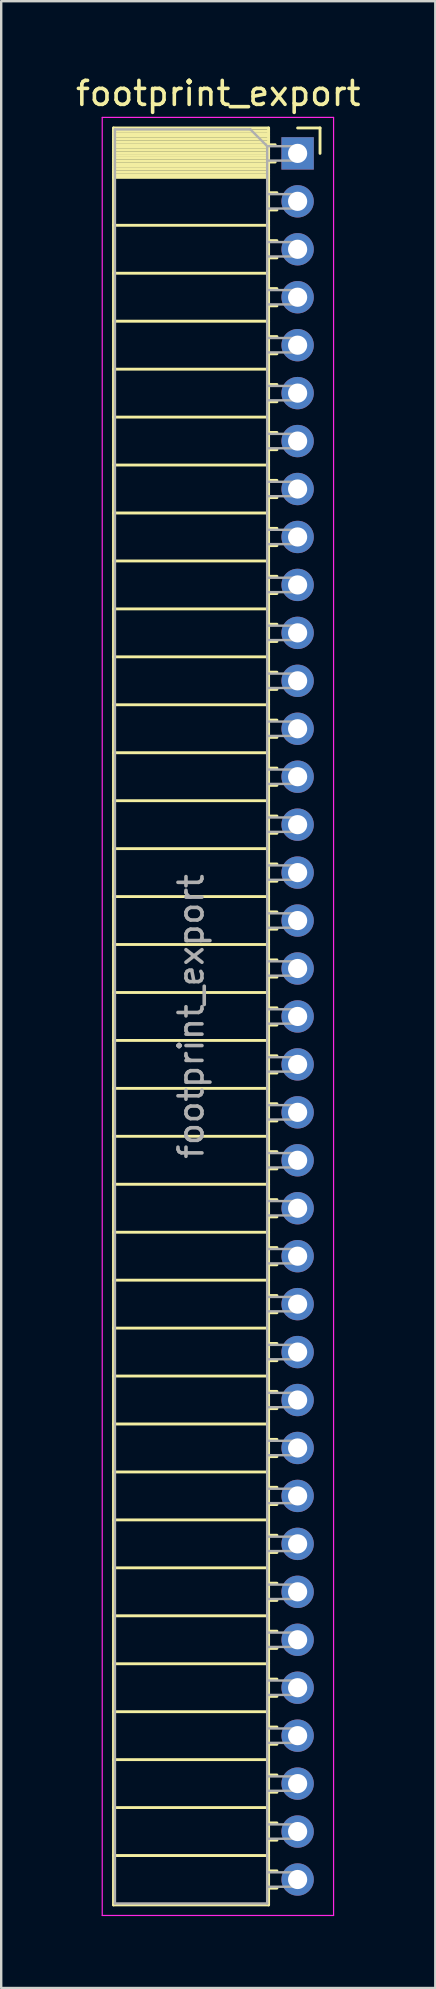
<source format=kicad_pcb>
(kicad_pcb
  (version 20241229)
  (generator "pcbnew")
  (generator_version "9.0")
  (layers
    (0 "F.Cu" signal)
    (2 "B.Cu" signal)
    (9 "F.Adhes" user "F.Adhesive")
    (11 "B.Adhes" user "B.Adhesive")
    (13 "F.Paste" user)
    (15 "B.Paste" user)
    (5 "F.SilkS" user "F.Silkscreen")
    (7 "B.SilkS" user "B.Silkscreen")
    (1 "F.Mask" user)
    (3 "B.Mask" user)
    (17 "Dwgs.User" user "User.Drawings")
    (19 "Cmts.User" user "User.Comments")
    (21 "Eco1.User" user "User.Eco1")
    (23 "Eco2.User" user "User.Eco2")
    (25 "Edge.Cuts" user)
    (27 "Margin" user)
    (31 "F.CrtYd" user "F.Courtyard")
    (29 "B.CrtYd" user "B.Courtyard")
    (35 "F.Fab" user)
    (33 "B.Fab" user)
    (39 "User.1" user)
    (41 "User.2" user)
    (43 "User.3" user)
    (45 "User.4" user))
  (footprint "footprint_export"
    (layer "F.Cu")
    (at 9.364 3.348)
    (property "Reference" "footprint_export" (at -3.31 -2.5 0) (layer "F.SilkS") (effects (font (size 1 1) (thickness 0.15))))
    (attr through_hole)
    (fp_line (start -7.68 -1.06) (end -7.68 73.06) (stroke (width 0.12) (type solid)) (layer "F.SilkS"))
    (fp_line (start -7.68 -1.06) (end -1.21 -1.06) (stroke (width 0.12) (type solid)) (layer "F.SilkS"))
    (fp_line (start -7.68 -0.94) (end -1.21 -0.94) (stroke (width 0.12) (type solid)) (layer "F.SilkS"))
    (fp_line (start -7.68 -0.826) (end -1.21 -0.826) (stroke (width 0.12) (type solid)) (layer "F.SilkS"))
    (fp_line (start -7.68 -0.712) (end -1.21 -0.712) (stroke (width 0.12) (type solid)) (layer "F.SilkS"))
    (fp_line (start -7.68 -0.598) (end -1.21 -0.598) (stroke (width 0.12) (type solid)) (layer "F.SilkS"))
    (fp_line (start -7.68 -0.484) (end -1.21 -0.484) (stroke (width 0.12) (type solid)) (layer "F.SilkS"))
    (fp_line (start -7.68 -0.369) (end -1.21 -0.369) (stroke (width 0.12) (type solid)) (layer "F.SilkS"))
    (fp_line (start -7.68 -0.255) (end -1.21 -0.255) (stroke (width 0.12) (type solid)) (layer "F.SilkS"))
    (fp_line (start -7.68 -0.141) (end -1.21 -0.141) (stroke (width 0.12) (type solid)) (layer "F.SilkS"))
    (fp_line (start -7.68 -0.027) (end -1.21 -0.027) (stroke (width 0.12) (type solid)) (layer "F.SilkS"))
    (fp_line (start -7.68 0.087) (end -1.21 0.087) (stroke (width 0.12) (type solid)) (layer "F.SilkS"))
    (fp_line (start -7.68 0.201) (end -1.21 0.201) (stroke (width 0.12) (type solid)) (layer "F.SilkS"))
    (fp_line (start -7.68 0.315) (end -1.21 0.315) (stroke (width 0.12) (type solid)) (layer "F.SilkS"))
    (fp_line (start -7.68 0.429) (end -1.21 0.429) (stroke (width 0.12) (type solid)) (layer "F.SilkS"))
    (fp_line (start -7.68 0.544) (end -1.21 0.544) (stroke (width 0.12) (type solid)) (layer "F.SilkS"))
    (fp_line (start -7.68 0.658) (end -1.21 0.658) (stroke (width 0.12) (type solid)) (layer "F.SilkS"))
    (fp_line (start -7.68 0.772) (end -1.21 0.772) (stroke (width 0.12) (type solid)) (layer "F.SilkS"))
    (fp_line (start -7.68 0.886) (end -1.21 0.886) (stroke (width 0.12) (type solid)) (layer "F.SilkS"))
    (fp_line (start -7.68 1) (end -1.21 1) (stroke (width 0.12) (type solid)) (layer "F.SilkS"))
    (fp_line (start -7.68 3) (end -1.21 3) (stroke (width 0.12) (type solid)) (layer "F.SilkS"))
    (fp_line (start -7.68 5) (end -1.21 5) (stroke (width 0.12) (type solid)) (layer "F.SilkS"))
    (fp_line (start -7.68 7) (end -1.21 7) (stroke (width 0.12) (type solid)) (layer "F.SilkS"))
    (fp_line (start -7.68 9) (end -1.21 9) (stroke (width 0.12) (type solid)) (layer "F.SilkS"))
    (fp_line (start -7.68 11) (end -1.21 11) (stroke (width 0.12) (type solid)) (layer "F.SilkS"))
    (fp_line (start -7.68 13) (end -1.21 13) (stroke (width 0.12) (type solid)) (layer "F.SilkS"))
    (fp_line (start -7.68 15) (end -1.21 15) (stroke (width 0.12) (type solid)) (layer "F.SilkS"))
    (fp_line (start -7.68 17) (end -1.21 17) (stroke (width 0.12) (type solid)) (layer "F.SilkS"))
    (fp_line (start -7.68 19) (end -1.21 19) (stroke (width 0.12) (type solid)) (layer "F.SilkS"))
    (fp_line (start -7.68 21) (end -1.21 21) (stroke (width 0.12) (type solid)) (layer "F.SilkS"))
    (fp_line (start -7.68 23) (end -1.21 23) (stroke (width 0.12) (type solid)) (layer "F.SilkS"))
    (fp_line (start -7.68 25) (end -1.21 25) (stroke (width 0.12) (type solid)) (layer "F.SilkS"))
    (fp_line (start -7.68 27) (end -1.21 27) (stroke (width 0.12) (type solid)) (layer "F.SilkS"))
    (fp_line (start -7.68 29) (end -1.21 29) (stroke (width 0.12) (type solid)) (layer "F.SilkS"))
    (fp_line (start -7.68 31) (end -1.21 31) (stroke (width 0.12) (type solid)) (layer "F.SilkS"))
    (fp_line (start -7.68 33) (end -1.21 33) (stroke (width 0.12) (type solid)) (layer "F.SilkS"))
    (fp_line (start -7.68 35) (end -1.21 35) (stroke (width 0.12) (type solid)) (layer "F.SilkS"))
    (fp_line (start -7.68 37) (end -1.21 37) (stroke (width 0.12) (type solid)) (layer "F.SilkS"))
    (fp_line (start -7.68 39) (end -1.21 39) (stroke (width 0.12) (type solid)) (layer "F.SilkS"))
    (fp_line (start -7.68 41) (end -1.21 41) (stroke (width 0.12) (type solid)) (layer "F.SilkS"))
    (fp_line (start -7.68 43) (end -1.21 43) (stroke (width 0.12) (type solid)) (layer "F.SilkS"))
    (fp_line (start -7.68 45) (end -1.21 45) (stroke (width 0.12) (type solid)) (layer "F.SilkS"))
    (fp_line (start -7.68 47) (end -1.21 47) (stroke (width 0.12) (type solid)) (layer "F.SilkS"))
    (fp_line (start -7.68 49) (end -1.21 49) (stroke (width 0.12) (type solid)) (layer "F.SilkS"))
    (fp_line (start -7.68 51) (end -1.21 51) (stroke (width 0.12) (type solid)) (layer "F.SilkS"))
    (fp_line (start -7.68 53) (end -1.21 53) (stroke (width 0.12) (type solid)) (layer "F.SilkS"))
    (fp_line (start -7.68 55) (end -1.21 55) (stroke (width 0.12) (type solid)) (layer "F.SilkS"))
    (fp_line (start -7.68 57) (end -1.21 57) (stroke (width 0.12) (type solid)) (layer "F.SilkS"))
    (fp_line (start -7.68 59) (end -1.21 59) (stroke (width 0.12) (type solid)) (layer "F.SilkS"))
    (fp_line (start -7.68 61) (end -1.21 61) (stroke (width 0.12) (type solid)) (layer "F.SilkS"))
    (fp_line (start -7.68 63) (end -1.21 63) (stroke (width 0.12) (type solid)) (layer "F.SilkS"))
    (fp_line (start -7.68 65) (end -1.21 65) (stroke (width 0.12) (type solid)) (layer "F.SilkS"))
    (fp_line (start -7.68 67) (end -1.21 67) (stroke (width 0.12) (type solid)) (layer "F.SilkS"))
    (fp_line (start -7.68 69) (end -1.21 69) (stroke (width 0.12) (type solid)) (layer "F.SilkS"))
    (fp_line (start -7.68 71) (end -1.21 71) (stroke (width 0.12) (type solid)) (layer "F.SilkS"))
    (fp_line (start -7.68 73.06) (end -1.21 73.06) (stroke (width 0.12) (type solid)) (layer "F.SilkS"))
    (fp_line (start -1.21 -1.06) (end -1.21 73.06) (stroke (width 0.12) (type solid)) (layer "F.SilkS"))
    (fp_line (start -1.21 -0.36) (end -0.935 -0.36) (stroke (width 0.12) (type solid)) (layer "F.SilkS"))
    (fp_line (start -1.21 0.36) (end -0.935 0.36) (stroke (width 0.12) (type solid)) (layer "F.SilkS"))
    (fp_line (start -1.21 1.64) (end -0.863 1.64) (stroke (width 0.12) (type solid)) (layer "F.SilkS"))
    (fp_line (start -1.21 2.36) (end -0.863 2.36) (stroke (width 0.12) (type solid)) (layer "F.SilkS"))
    (fp_line (start -1.21 3.64) (end -0.863 3.64) (stroke (width 0.12) (type solid)) (layer "F.SilkS"))
    (fp_line (start -1.21 4.36) (end -0.863 4.36) (stroke (width 0.12) (type solid)) (layer "F.SilkS"))
    (fp_line (start -1.21 5.64) (end -0.863 5.64) (stroke (width 0.12) (type solid)) (layer "F.SilkS"))
    (fp_line (start -1.21 6.36) (end -0.863 6.36) (stroke (width 0.12) (type solid)) (layer "F.SilkS"))
    (fp_line (start -1.21 7.64) (end -0.863 7.64) (stroke (width 0.12) (type solid)) (layer "F.SilkS"))
    (fp_line (start -1.21 8.36) (end -0.863 8.36) (stroke (width 0.12) (type solid)) (layer "F.SilkS"))
    (fp_line (start -1.21 9.64) (end -0.863 9.64) (stroke (width 0.12) (type solid)) (layer "F.SilkS"))
    (fp_line (start -1.21 10.36) (end -0.863 10.36) (stroke (width 0.12) (type solid)) (layer "F.SilkS"))
    (fp_line (start -1.21 11.64) (end -0.863 11.64) (stroke (width 0.12) (type solid)) (layer "F.SilkS"))
    (fp_line (start -1.21 12.36) (end -0.863 12.36) (stroke (width 0.12) (type solid)) (layer "F.SilkS"))
    (fp_line (start -1.21 13.64) (end -0.863 13.64) (stroke (width 0.12) (type solid)) (layer "F.SilkS"))
    (fp_line (start -1.21 14.36) (end -0.863 14.36) (stroke (width 0.12) (type solid)) (layer "F.SilkS"))
    (fp_line (start -1.21 15.64) (end -0.863 15.64) (stroke (width 0.12) (type solid)) (layer "F.SilkS"))
    (fp_line (start -1.21 16.36) (end -0.863 16.36) (stroke (width 0.12) (type solid)) (layer "F.SilkS"))
    (fp_line (start -1.21 17.64) (end -0.863 17.64) (stroke (width 0.12) (type solid)) (layer "F.SilkS"))
    (fp_line (start -1.21 18.36) (end -0.863 18.36) (stroke (width 0.12) (type solid)) (layer "F.SilkS"))
    (fp_line (start -1.21 19.64) (end -0.863 19.64) (stroke (width 0.12) (type solid)) (layer "F.SilkS"))
    (fp_line (start -1.21 20.36) (end -0.863 20.36) (stroke (width 0.12) (type solid)) (layer "F.SilkS"))
    (fp_line (start -1.21 21.64) (end -0.863 21.64) (stroke (width 0.12) (type solid)) (layer "F.SilkS"))
    (fp_line (start -1.21 22.36) (end -0.863 22.36) (stroke (width 0.12) (type solid)) (layer "F.SilkS"))
    (fp_line (start -1.21 23.64) (end -0.863 23.64) (stroke (width 0.12) (type solid)) (layer "F.SilkS"))
    (fp_line (start -1.21 24.36) (end -0.863 24.36) (stroke (width 0.12) (type solid)) (layer "F.SilkS"))
    (fp_line (start -1.21 25.64) (end -0.863 25.64) (stroke (width 0.12) (type solid)) (layer "F.SilkS"))
    (fp_line (start -1.21 26.36) (end -0.863 26.36) (stroke (width 0.12) (type solid)) (layer "F.SilkS"))
    (fp_line (start -1.21 27.64) (end -0.863 27.64) (stroke (width 0.12) (type solid)) (layer "F.SilkS"))
    (fp_line (start -1.21 28.36) (end -0.863 28.36) (stroke (width 0.12) (type solid)) (layer "F.SilkS"))
    (fp_line (start -1.21 29.64) (end -0.863 29.64) (stroke (width 0.12) (type solid)) (layer "F.SilkS"))
    (fp_line (start -1.21 30.36) (end -0.863 30.36) (stroke (width 0.12) (type solid)) (layer "F.SilkS"))
    (fp_line (start -1.21 31.64) (end -0.863 31.64) (stroke (width 0.12) (type solid)) (layer "F.SilkS"))
    (fp_line (start -1.21 32.36) (end -0.863 32.36) (stroke (width 0.12) (type solid)) (layer "F.SilkS"))
    (fp_line (start -1.21 33.64) (end -0.863 33.64) (stroke (width 0.12) (type solid)) (layer "F.SilkS"))
    (fp_line (start -1.21 34.36) (end -0.863 34.36) (stroke (width 0.12) (type solid)) (layer "F.SilkS"))
    (fp_line (start -1.21 35.64) (end -0.863 35.64) (stroke (width 0.12) (type solid)) (layer "F.SilkS"))
    (fp_line (start -1.21 36.36) (end -0.863 36.36) (stroke (width 0.12) (type solid)) (layer "F.SilkS"))
    (fp_line (start -1.21 37.64) (end -0.863 37.64) (stroke (width 0.12) (type solid)) (layer "F.SilkS"))
    (fp_line (start -1.21 38.36) (end -0.863 38.36) (stroke (width 0.12) (type solid)) (layer "F.SilkS"))
    (fp_line (start -1.21 39.64) (end -0.863 39.64) (stroke (width 0.12) (type solid)) (layer "F.SilkS"))
    (fp_line (start -1.21 40.36) (end -0.863 40.36) (stroke (width 0.12) (type solid)) (layer "F.SilkS"))
    (fp_line (start -1.21 41.64) (end -0.863 41.64) (stroke (width 0.12) (type solid)) (layer "F.SilkS"))
    (fp_line (start -1.21 42.36) (end -0.863 42.36) (stroke (width 0.12) (type solid)) (layer "F.SilkS"))
    (fp_line (start -1.21 43.64) (end -0.863 43.64) (stroke (width 0.12) (type solid)) (layer "F.SilkS"))
    (fp_line (start -1.21 44.36) (end -0.863 44.36) (stroke (width 0.12) (type solid)) (layer "F.SilkS"))
    (fp_line (start -1.21 45.64) (end -0.863 45.64) (stroke (width 0.12) (type solid)) (layer "F.SilkS"))
    (fp_line (start -1.21 46.36) (end -0.863 46.36) (stroke (width 0.12) (type solid)) (layer "F.SilkS"))
    (fp_line (start -1.21 47.64) (end -0.863 47.64) (stroke (width 0.12) (type solid)) (layer "F.SilkS"))
    (fp_line (start -1.21 48.36) (end -0.863 48.36) (stroke (width 0.12) (type solid)) (layer "F.SilkS"))
    (fp_line (start -1.21 49.64) (end -0.863 49.64) (stroke (width 0.12) (type solid)) (layer "F.SilkS"))
    (fp_line (start -1.21 50.36) (end -0.863 50.36) (stroke (width 0.12) (type solid)) (layer "F.SilkS"))
    (fp_line (start -1.21 51.64) (end -0.863 51.64) (stroke (width 0.12) (type solid)) (layer "F.SilkS"))
    (fp_line (start -1.21 52.36) (end -0.863 52.36) (stroke (width 0.12) (type solid)) (layer "F.SilkS"))
    (fp_line (start -1.21 53.64) (end -0.863 53.64) (stroke (width 0.12) (type solid)) (layer "F.SilkS"))
    (fp_line (start -1.21 54.36) (end -0.863 54.36) (stroke (width 0.12) (type solid)) (layer "F.SilkS"))
    (fp_line (start -1.21 55.64) (end -0.863 55.64) (stroke (width 0.12) (type solid)) (layer "F.SilkS"))
    (fp_line (start -1.21 56.36) (end -0.863 56.36) (stroke (width 0.12) (type solid)) (layer "F.SilkS"))
    (fp_line (start -1.21 57.64) (end -0.863 57.64) (stroke (width 0.12) (type solid)) (layer "F.SilkS"))
    (fp_line (start -1.21 58.36) (end -0.863 58.36) (stroke (width 0.12) (type solid)) (layer "F.SilkS"))
    (fp_line (start -1.21 59.64) (end -0.863 59.64) (stroke (width 0.12) (type solid)) (layer "F.SilkS"))
    (fp_line (start -1.21 60.36) (end -0.863 60.36) (stroke (width 0.12) (type solid)) (layer "F.SilkS"))
    (fp_line (start -1.21 61.64) (end -0.863 61.64) (stroke (width 0.12) (type solid)) (layer "F.SilkS"))
    (fp_line (start -1.21 62.36) (end -0.863 62.36) (stroke (width 0.12) (type solid)) (layer "F.SilkS"))
    (fp_line (start -1.21 63.64) (end -0.863 63.64) (stroke (width 0.12) (type solid)) (layer "F.SilkS"))
    (fp_line (start -1.21 64.36) (end -0.863 64.36) (stroke (width 0.12) (type solid)) (layer "F.SilkS"))
    (fp_line (start -1.21 65.64) (end -0.863 65.64) (stroke (width 0.12) (type solid)) (layer "F.SilkS"))
    (fp_line (start -1.21 66.36) (end -0.863 66.36) (stroke (width 0.12) (type solid)) (layer "F.SilkS"))
    (fp_line (start -1.21 67.64) (end -0.863 67.64) (stroke (width 0.12) (type solid)) (layer "F.SilkS"))
    (fp_line (start -1.21 68.36) (end -0.863 68.36) (stroke (width 0.12) (type solid)) (layer "F.SilkS"))
    (fp_line (start -1.21 69.64) (end -0.863 69.64) (stroke (width 0.12) (type solid)) (layer "F.SilkS"))
    (fp_line (start -1.21 70.36) (end -0.863 70.36) (stroke (width 0.12) (type solid)) (layer "F.SilkS"))
    (fp_line (start -1.21 71.64) (end -0.863 71.64) (stroke (width 0.12) (type solid)) (layer "F.SilkS"))
    (fp_line (start -1.21 72.36) (end -0.863 72.36) (stroke (width 0.12) (type solid)) (layer "F.SilkS"))
    (fp_line (start 0 -1.06) (end 0.935 -1.06) (stroke (width 0.12) (type solid)) (layer "F.SilkS"))
    (fp_line (start 0.935 -1.06) (end 0.935 0) (stroke (width 0.12) (type solid)) (layer "F.SilkS"))
    (fp_line (start -8.15 -1.5) (end -8.15 73.5) (stroke (width 0.05) (type solid)) (layer "F.CrtYd"))
    (fp_line (start -8.15 73.5) (end 1.5 73.5) (stroke (width 0.05) (type solid)) (layer "F.CrtYd"))
    (fp_line (start 1.5 -1.5) (end -8.15 -1.5) (stroke (width 0.05) (type solid)) (layer "F.CrtYd"))
    (fp_line (start 1.5 73.5) (end 1.5 -1.5) (stroke (width 0.05) (type solid)) (layer "F.CrtYd"))
    (fp_line (start -7.62 -1) (end -1.97 -1) (stroke (width 0.1) (type solid)) (layer "F.Fab"))
    (fp_line (start -7.62 73) (end -7.62 -1) (stroke (width 0.1) (type solid)) (layer "F.Fab"))
    (fp_line (start -1.97 -1) (end -1.27 -0.3) (stroke (width 0.1) (type solid)) (layer "F.Fab"))
    (fp_line (start -1.27 -0.3) (end -1.27 73) (stroke (width 0.1) (type solid)) (layer "F.Fab"))
    (fp_line (start -1.27 0.3) (end 0 0.3) (stroke (width 0.1) (type solid)) (layer "F.Fab"))
    (fp_line (start -1.27 2.3) (end 0 2.3) (stroke (width 0.1) (type solid)) (layer "F.Fab"))
    (fp_line (start -1.27 4.3) (end 0 4.3) (stroke (width 0.1) (type solid)) (layer "F.Fab"))
    (fp_line (start -1.27 6.3) (end 0 6.3) (stroke (width 0.1) (type solid)) (layer "F.Fab"))
    (fp_line (start -1.27 8.3) (end 0 8.3) (stroke (width 0.1) (type solid)) (layer "F.Fab"))
    (fp_line (start -1.27 10.3) (end 0 10.3) (stroke (width 0.1) (type solid)) (layer "F.Fab"))
    (fp_line (start -1.27 12.3) (end 0 12.3) (stroke (width 0.1) (type solid)) (layer "F.Fab"))
    (fp_line (start -1.27 14.3) (end 0 14.3) (stroke (width 0.1) (type solid)) (layer "F.Fab"))
    (fp_line (start -1.27 16.3) (end 0 16.3) (stroke (width 0.1) (type solid)) (layer "F.Fab"))
    (fp_line (start -1.27 18.3) (end 0 18.3) (stroke (width 0.1) (type solid)) (layer "F.Fab"))
    (fp_line (start -1.27 20.3) (end 0 20.3) (stroke (width 0.1) (type solid)) (layer "F.Fab"))
    (fp_line (start -1.27 22.3) (end 0 22.3) (stroke (width 0.1) (type solid)) (layer "F.Fab"))
    (fp_line (start -1.27 24.3) (end 0 24.3) (stroke (width 0.1) (type solid)) (layer "F.Fab"))
    (fp_line (start -1.27 26.3) (end 0 26.3) (stroke (width 0.1) (type solid)) (layer "F.Fab"))
    (fp_line (start -1.27 28.3) (end 0 28.3) (stroke (width 0.1) (type solid)) (layer "F.Fab"))
    (fp_line (start -1.27 30.3) (end 0 30.3) (stroke (width 0.1) (type solid)) (layer "F.Fab"))
    (fp_line (start -1.27 32.3) (end 0 32.3) (stroke (width 0.1) (type solid)) (layer "F.Fab"))
    (fp_line (start -1.27 34.3) (end 0 34.3) (stroke (width 0.1) (type solid)) (layer "F.Fab"))
    (fp_line (start -1.27 36.3) (end 0 36.3) (stroke (width 0.1) (type solid)) (layer "F.Fab"))
    (fp_line (start -1.27 38.3) (end 0 38.3) (stroke (width 0.1) (type solid)) (layer "F.Fab"))
    (fp_line (start -1.27 40.3) (end 0 40.3) (stroke (width 0.1) (type solid)) (layer "F.Fab"))
    (fp_line (start -1.27 42.3) (end 0 42.3) (stroke (width 0.1) (type solid)) (layer "F.Fab"))
    (fp_line (start -1.27 44.3) (end 0 44.3) (stroke (width 0.1) (type solid)) (layer "F.Fab"))
    (fp_line (start -1.27 46.3) (end 0 46.3) (stroke (width 0.1) (type solid)) (layer "F.Fab"))
    (fp_line (start -1.27 48.3) (end 0 48.3) (stroke (width 0.1) (type solid)) (layer "F.Fab"))
    (fp_line (start -1.27 50.3) (end 0 50.3) (stroke (width 0.1) (type solid)) (layer "F.Fab"))
    (fp_line (start -1.27 52.3) (end 0 52.3) (stroke (width 0.1) (type solid)) (layer "F.Fab"))
    (fp_line (start -1.27 54.3) (end 0 54.3) (stroke (width 0.1) (type solid)) (layer "F.Fab"))
    (fp_line (start -1.27 56.3) (end 0 56.3) (stroke (width 0.1) (type solid)) (layer "F.Fab"))
    (fp_line (start -1.27 58.3) (end 0 58.3) (stroke (width 0.1) (type solid)) (layer "F.Fab"))
    (fp_line (start -1.27 60.3) (end 0 60.3) (stroke (width 0.1) (type solid)) (layer "F.Fab"))
    (fp_line (start -1.27 62.3) (end 0 62.3) (stroke (width 0.1) (type solid)) (layer "F.Fab"))
    (fp_line (start -1.27 64.3) (end 0 64.3) (stroke (width 0.1) (type solid)) (layer "F.Fab"))
    (fp_line (start -1.27 66.3) (end 0 66.3) (stroke (width 0.1) (type solid)) (layer "F.Fab"))
    (fp_line (start -1.27 68.3) (end 0 68.3) (stroke (width 0.1) (type solid)) (layer "F.Fab"))
    (fp_line (start -1.27 70.3) (end 0 70.3) (stroke (width 0.1) (type solid)) (layer "F.Fab"))
    (fp_line (start -1.27 72.3) (end 0 72.3) (stroke (width 0.1) (type solid)) (layer "F.Fab"))
    (fp_line (start -1.27 73) (end -7.62 73) (stroke (width 0.1) (type solid)) (layer "F.Fab"))
    (fp_line (start 0 -0.3) (end -1.27 -0.3) (stroke (width 0.1) (type solid)) (layer "F.Fab"))
    (fp_line (start 0 0.3) (end 0 -0.3) (stroke (width 0.1) (type solid)) (layer "F.Fab"))
    (fp_line (start 0 1.7) (end -1.27 1.7) (stroke (width 0.1) (type solid)) (layer "F.Fab"))
    (fp_line (start 0 2.3) (end 0 1.7) (stroke (width 0.1) (type solid)) (layer "F.Fab"))
    (fp_line (start 0 3.7) (end -1.27 3.7) (stroke (width 0.1) (type solid)) (layer "F.Fab"))
    (fp_line (start 0 4.3) (end 0 3.7) (stroke (width 0.1) (type solid)) (layer "F.Fab"))
    (fp_line (start 0 5.7) (end -1.27 5.7) (stroke (width 0.1) (type solid)) (layer "F.Fab"))
    (fp_line (start 0 6.3) (end 0 5.7) (stroke (width 0.1) (type solid)) (layer "F.Fab"))
    (fp_line (start 0 7.7) (end -1.27 7.7) (stroke (width 0.1) (type solid)) (layer "F.Fab"))
    (fp_line (start 0 8.3) (end 0 7.7) (stroke (width 0.1) (type solid)) (layer "F.Fab"))
    (fp_line (start 0 9.7) (end -1.27 9.7) (stroke (width 0.1) (type solid)) (layer "F.Fab"))
    (fp_line (start 0 10.3) (end 0 9.7) (stroke (width 0.1) (type solid)) (layer "F.Fab"))
    (fp_line (start 0 11.7) (end -1.27 11.7) (stroke (width 0.1) (type solid)) (layer "F.Fab"))
    (fp_line (start 0 12.3) (end 0 11.7) (stroke (width 0.1) (type solid)) (layer "F.Fab"))
    (fp_line (start 0 13.7) (end -1.27 13.7) (stroke (width 0.1) (type solid)) (layer "F.Fab"))
    (fp_line (start 0 14.3) (end 0 13.7) (stroke (width 0.1) (type solid)) (layer "F.Fab"))
    (fp_line (start 0 15.7) (end -1.27 15.7) (stroke (width 0.1) (type solid)) (layer "F.Fab"))
    (fp_line (start 0 16.3) (end 0 15.7) (stroke (width 0.1) (type solid)) (layer "F.Fab"))
    (fp_line (start 0 17.7) (end -1.27 17.7) (stroke (width 0.1) (type solid)) (layer "F.Fab"))
    (fp_line (start 0 18.3) (end 0 17.7) (stroke (width 0.1) (type solid)) (layer "F.Fab"))
    (fp_line (start 0 19.7) (end -1.27 19.7) (stroke (width 0.1) (type solid)) (layer "F.Fab"))
    (fp_line (start 0 20.3) (end 0 19.7) (stroke (width 0.1) (type solid)) (layer "F.Fab"))
    (fp_line (start 0 21.7) (end -1.27 21.7) (stroke (width 0.1) (type solid)) (layer "F.Fab"))
    (fp_line (start 0 22.3) (end 0 21.7) (stroke (width 0.1) (type solid)) (layer "F.Fab"))
    (fp_line (start 0 23.7) (end -1.27 23.7) (stroke (width 0.1) (type solid)) (layer "F.Fab"))
    (fp_line (start 0 24.3) (end 0 23.7) (stroke (width 0.1) (type solid)) (layer "F.Fab"))
    (fp_line (start 0 25.7) (end -1.27 25.7) (stroke (width 0.1) (type solid)) (layer "F.Fab"))
    (fp_line (start 0 26.3) (end 0 25.7) (stroke (width 0.1) (type solid)) (layer "F.Fab"))
    (fp_line (start 0 27.7) (end -1.27 27.7) (stroke (width 0.1) (type solid)) (layer "F.Fab"))
    (fp_line (start 0 28.3) (end 0 27.7) (stroke (width 0.1) (type solid)) (layer "F.Fab"))
    (fp_line (start 0 29.7) (end -1.27 29.7) (stroke (width 0.1) (type solid)) (layer "F.Fab"))
    (fp_line (start 0 30.3) (end 0 29.7) (stroke (width 0.1) (type solid)) (layer "F.Fab"))
    (fp_line (start 0 31.7) (end -1.27 31.7) (stroke (width 0.1) (type solid)) (layer "F.Fab"))
    (fp_line (start 0 32.3) (end 0 31.7) (stroke (width 0.1) (type solid)) (layer "F.Fab"))
    (fp_line (start 0 33.7) (end -1.27 33.7) (stroke (width 0.1) (type solid)) (layer "F.Fab"))
    (fp_line (start 0 34.3) (end 0 33.7) (stroke (width 0.1) (type solid)) (layer "F.Fab"))
    (fp_line (start 0 35.7) (end -1.27 35.7) (stroke (width 0.1) (type solid)) (layer "F.Fab"))
    (fp_line (start 0 36.3) (end 0 35.7) (stroke (width 0.1) (type solid)) (layer "F.Fab"))
    (fp_line (start 0 37.7) (end -1.27 37.7) (stroke (width 0.1) (type solid)) (layer "F.Fab"))
    (fp_line (start 0 38.3) (end 0 37.7) (stroke (width 0.1) (type solid)) (layer "F.Fab"))
    (fp_line (start 0 39.7) (end -1.27 39.7) (stroke (width 0.1) (type solid)) (layer "F.Fab"))
    (fp_line (start 0 40.3) (end 0 39.7) (stroke (width 0.1) (type solid)) (layer "F.Fab"))
    (fp_line (start 0 41.7) (end -1.27 41.7) (stroke (width 0.1) (type solid)) (layer "F.Fab"))
    (fp_line (start 0 42.3) (end 0 41.7) (stroke (width 0.1) (type solid)) (layer "F.Fab"))
    (fp_line (start 0 43.7) (end -1.27 43.7) (stroke (width 0.1) (type solid)) (layer "F.Fab"))
    (fp_line (start 0 44.3) (end 0 43.7) (stroke (width 0.1) (type solid)) (layer "F.Fab"))
    (fp_line (start 0 45.7) (end -1.27 45.7) (stroke (width 0.1) (type solid)) (layer "F.Fab"))
    (fp_line (start 0 46.3) (end 0 45.7) (stroke (width 0.1) (type solid)) (layer "F.Fab"))
    (fp_line (start 0 47.7) (end -1.27 47.7) (stroke (width 0.1) (type solid)) (layer "F.Fab"))
    (fp_line (start 0 48.3) (end 0 47.7) (stroke (width 0.1) (type solid)) (layer "F.Fab"))
    (fp_line (start 0 49.7) (end -1.27 49.7) (stroke (width 0.1) (type solid)) (layer "F.Fab"))
    (fp_line (start 0 50.3) (end 0 49.7) (stroke (width 0.1) (type solid)) (layer "F.Fab"))
    (fp_line (start 0 51.7) (end -1.27 51.7) (stroke (width 0.1) (type solid)) (layer "F.Fab"))
    (fp_line (start 0 52.3) (end 0 51.7) (stroke (width 0.1) (type solid)) (layer "F.Fab"))
    (fp_line (start 0 53.7) (end -1.27 53.7) (stroke (width 0.1) (type solid)) (layer "F.Fab"))
    (fp_line (start 0 54.3) (end 0 53.7) (stroke (width 0.1) (type solid)) (layer "F.Fab"))
    (fp_line (start 0 55.7) (end -1.27 55.7) (stroke (width 0.1) (type solid)) (layer "F.Fab"))
    (fp_line (start 0 56.3) (end 0 55.7) (stroke (width 0.1) (type solid)) (layer "F.Fab"))
    (fp_line (start 0 57.7) (end -1.27 57.7) (stroke (width 0.1) (type solid)) (layer "F.Fab"))
    (fp_line (start 0 58.3) (end 0 57.7) (stroke (width 0.1) (type solid)) (layer "F.Fab"))
    (fp_line (start 0 59.7) (end -1.27 59.7) (stroke (width 0.1) (type solid)) (layer "F.Fab"))
    (fp_line (start 0 60.3) (end 0 59.7) (stroke (width 0.1) (type solid)) (layer "F.Fab"))
    (fp_line (start 0 61.7) (end -1.27 61.7) (stroke (width 0.1) (type solid)) (layer "F.Fab"))
    (fp_line (start 0 62.3) (end 0 61.7) (stroke (width 0.1) (type solid)) (layer "F.Fab"))
    (fp_line (start 0 63.7) (end -1.27 63.7) (stroke (width 0.1) (type solid)) (layer "F.Fab"))
    (fp_line (start 0 64.3) (end 0 63.7) (stroke (width 0.1) (type solid)) (layer "F.Fab"))
    (fp_line (start 0 65.7) (end -1.27 65.7) (stroke (width 0.1) (type solid)) (layer "F.Fab"))
    (fp_line (start 0 66.3) (end 0 65.7) (stroke (width 0.1) (type solid)) (layer "F.Fab"))
    (fp_line (start 0 67.7) (end -1.27 67.7) (stroke (width 0.1) (type solid)) (layer "F.Fab"))
    (fp_line (start 0 68.3) (end 0 67.7) (stroke (width 0.1) (type solid)) (layer "F.Fab"))
    (fp_line (start 0 69.7) (end -1.27 69.7) (stroke (width 0.1) (type solid)) (layer "F.Fab"))
    (fp_line (start 0 70.3) (end 0 69.7) (stroke (width 0.1) (type solid)) (layer "F.Fab"))
    (fp_line (start 0 71.7) (end -1.27 71.7) (stroke (width 0.1) (type solid)) (layer "F.Fab"))
    (fp_line (start 0 72.3) (end 0 71.7) (stroke (width 0.1) (type solid)) (layer "F.Fab"))
    (fp_text user "${REFERENCE}" (at -4.445 36 90) (layer "F.Fab") (effects (font (size 1 1) (thickness 0.15))))
    (pad "1" thru_hole rect (at 0 0) (size 1.35 1.35) (drill 0.8) (layers "*.Cu" "*.Mask"))
    (pad "2" thru_hole oval (at 0 2) (size 1.35 1.35) (drill 0.8) (layers "*.Cu" "*.Mask"))
    (pad "3" thru_hole oval (at 0 4) (size 1.35 1.35) (drill 0.8) (layers "*.Cu" "*.Mask"))
    (pad "4" thru_hole oval (at 0 6) (size 1.35 1.35) (drill 0.8) (layers "*.Cu" "*.Mask"))
    (pad "5" thru_hole oval (at 0 8) (size 1.35 1.35) (drill 0.8) (layers "*.Cu" "*.Mask"))
    (pad "6" thru_hole oval (at 0 10) (size 1.35 1.35) (drill 0.8) (layers "*.Cu" "*.Mask"))
    (pad "7" thru_hole oval (at 0 12) (size 1.35 1.35) (drill 0.8) (layers "*.Cu" "*.Mask"))
    (pad "8" thru_hole oval (at 0 14) (size 1.35 1.35) (drill 0.8) (layers "*.Cu" "*.Mask"))
    (pad "9" thru_hole oval (at 0 16) (size 1.35 1.35) (drill 0.8) (layers "*.Cu" "*.Mask"))
    (pad "10" thru_hole oval (at 0 18) (size 1.35 1.35) (drill 0.8) (layers "*.Cu" "*.Mask"))
    (pad "11" thru_hole oval (at 0 20) (size 1.35 1.35) (drill 0.8) (layers "*.Cu" "*.Mask"))
    (pad "12" thru_hole oval (at 0 22) (size 1.35 1.35) (drill 0.8) (layers "*.Cu" "*.Mask"))
    (pad "13" thru_hole oval (at 0 24) (size 1.35 1.35) (drill 0.8) (layers "*.Cu" "*.Mask"))
    (pad "14" thru_hole oval (at 0 26) (size 1.35 1.35) (drill 0.8) (layers "*.Cu" "*.Mask"))
    (pad "15" thru_hole oval (at 0 28) (size 1.35 1.35) (drill 0.8) (layers "*.Cu" "*.Mask"))
    (pad "16" thru_hole oval (at 0 30) (size 1.35 1.35) (drill 0.8) (layers "*.Cu" "*.Mask"))
    (pad "17" thru_hole oval (at 0 32) (size 1.35 1.35) (drill 0.8) (layers "*.Cu" "*.Mask"))
    (pad "18" thru_hole oval (at 0 34) (size 1.35 1.35) (drill 0.8) (layers "*.Cu" "*.Mask"))
    (pad "19" thru_hole oval (at 0 36) (size 1.35 1.35) (drill 0.8) (layers "*.Cu" "*.Mask"))
    (pad "20" thru_hole oval (at 0 38) (size 1.35 1.35) (drill 0.8) (layers "*.Cu" "*.Mask"))
    (pad "21" thru_hole oval (at 0 40) (size 1.35 1.35) (drill 0.8) (layers "*.Cu" "*.Mask"))
    (pad "22" thru_hole oval (at 0 42) (size 1.35 1.35) (drill 0.8) (layers "*.Cu" "*.Mask"))
    (pad "23" thru_hole oval (at 0 44) (size 1.35 1.35) (drill 0.8) (layers "*.Cu" "*.Mask"))
    (pad "24" thru_hole oval (at 0 46) (size 1.35 1.35) (drill 0.8) (layers "*.Cu" "*.Mask"))
    (pad "25" thru_hole oval (at 0 48) (size 1.35 1.35) (drill 0.8) (layers "*.Cu" "*.Mask"))
    (pad "26" thru_hole oval (at 0 50) (size 1.35 1.35) (drill 0.8) (layers "*.Cu" "*.Mask"))
    (pad "27" thru_hole oval (at 0 52) (size 1.35 1.35) (drill 0.8) (layers "*.Cu" "*.Mask"))
    (pad "28" thru_hole oval (at 0 54) (size 1.35 1.35) (drill 0.8) (layers "*.Cu" "*.Mask"))
    (pad "29" thru_hole oval (at 0 56) (size 1.35 1.35) (drill 0.8) (layers "*.Cu" "*.Mask"))
    (pad "30" thru_hole oval (at 0 58) (size 1.35 1.35) (drill 0.8) (layers "*.Cu" "*.Mask"))
    (pad "31" thru_hole oval (at 0 60) (size 1.35 1.35) (drill 0.8) (layers "*.Cu" "*.Mask"))
    (pad "32" thru_hole oval (at 0 62) (size 1.35 1.35) (drill 0.8) (layers "*.Cu" "*.Mask"))
    (pad "33" thru_hole oval (at 0 64) (size 1.35 1.35) (drill 0.8) (layers "*.Cu" "*.Mask"))
    (pad "34" thru_hole oval (at 0 66) (size 1.35 1.35) (drill 0.8) (layers "*.Cu" "*.Mask"))
    (pad "35" thru_hole oval (at 0 68) (size 1.35 1.35) (drill 0.8) (layers "*.Cu" "*.Mask"))
    (pad "36" thru_hole oval (at 0 70) (size 1.35 1.35) (drill 0.8) (layers "*.Cu" "*.Mask"))
    (pad "37" thru_hole oval (at 0 72) (size 1.35 1.35) (drill 0.8) (layers "*.Cu" "*.Mask")))
  (gr_rect
    (start -3 -3)
    (end 15.107 79.873)
    (stroke (width 0.1) (type default))
    (fill no)
    (layer "Edge.Cuts")))
</source>
